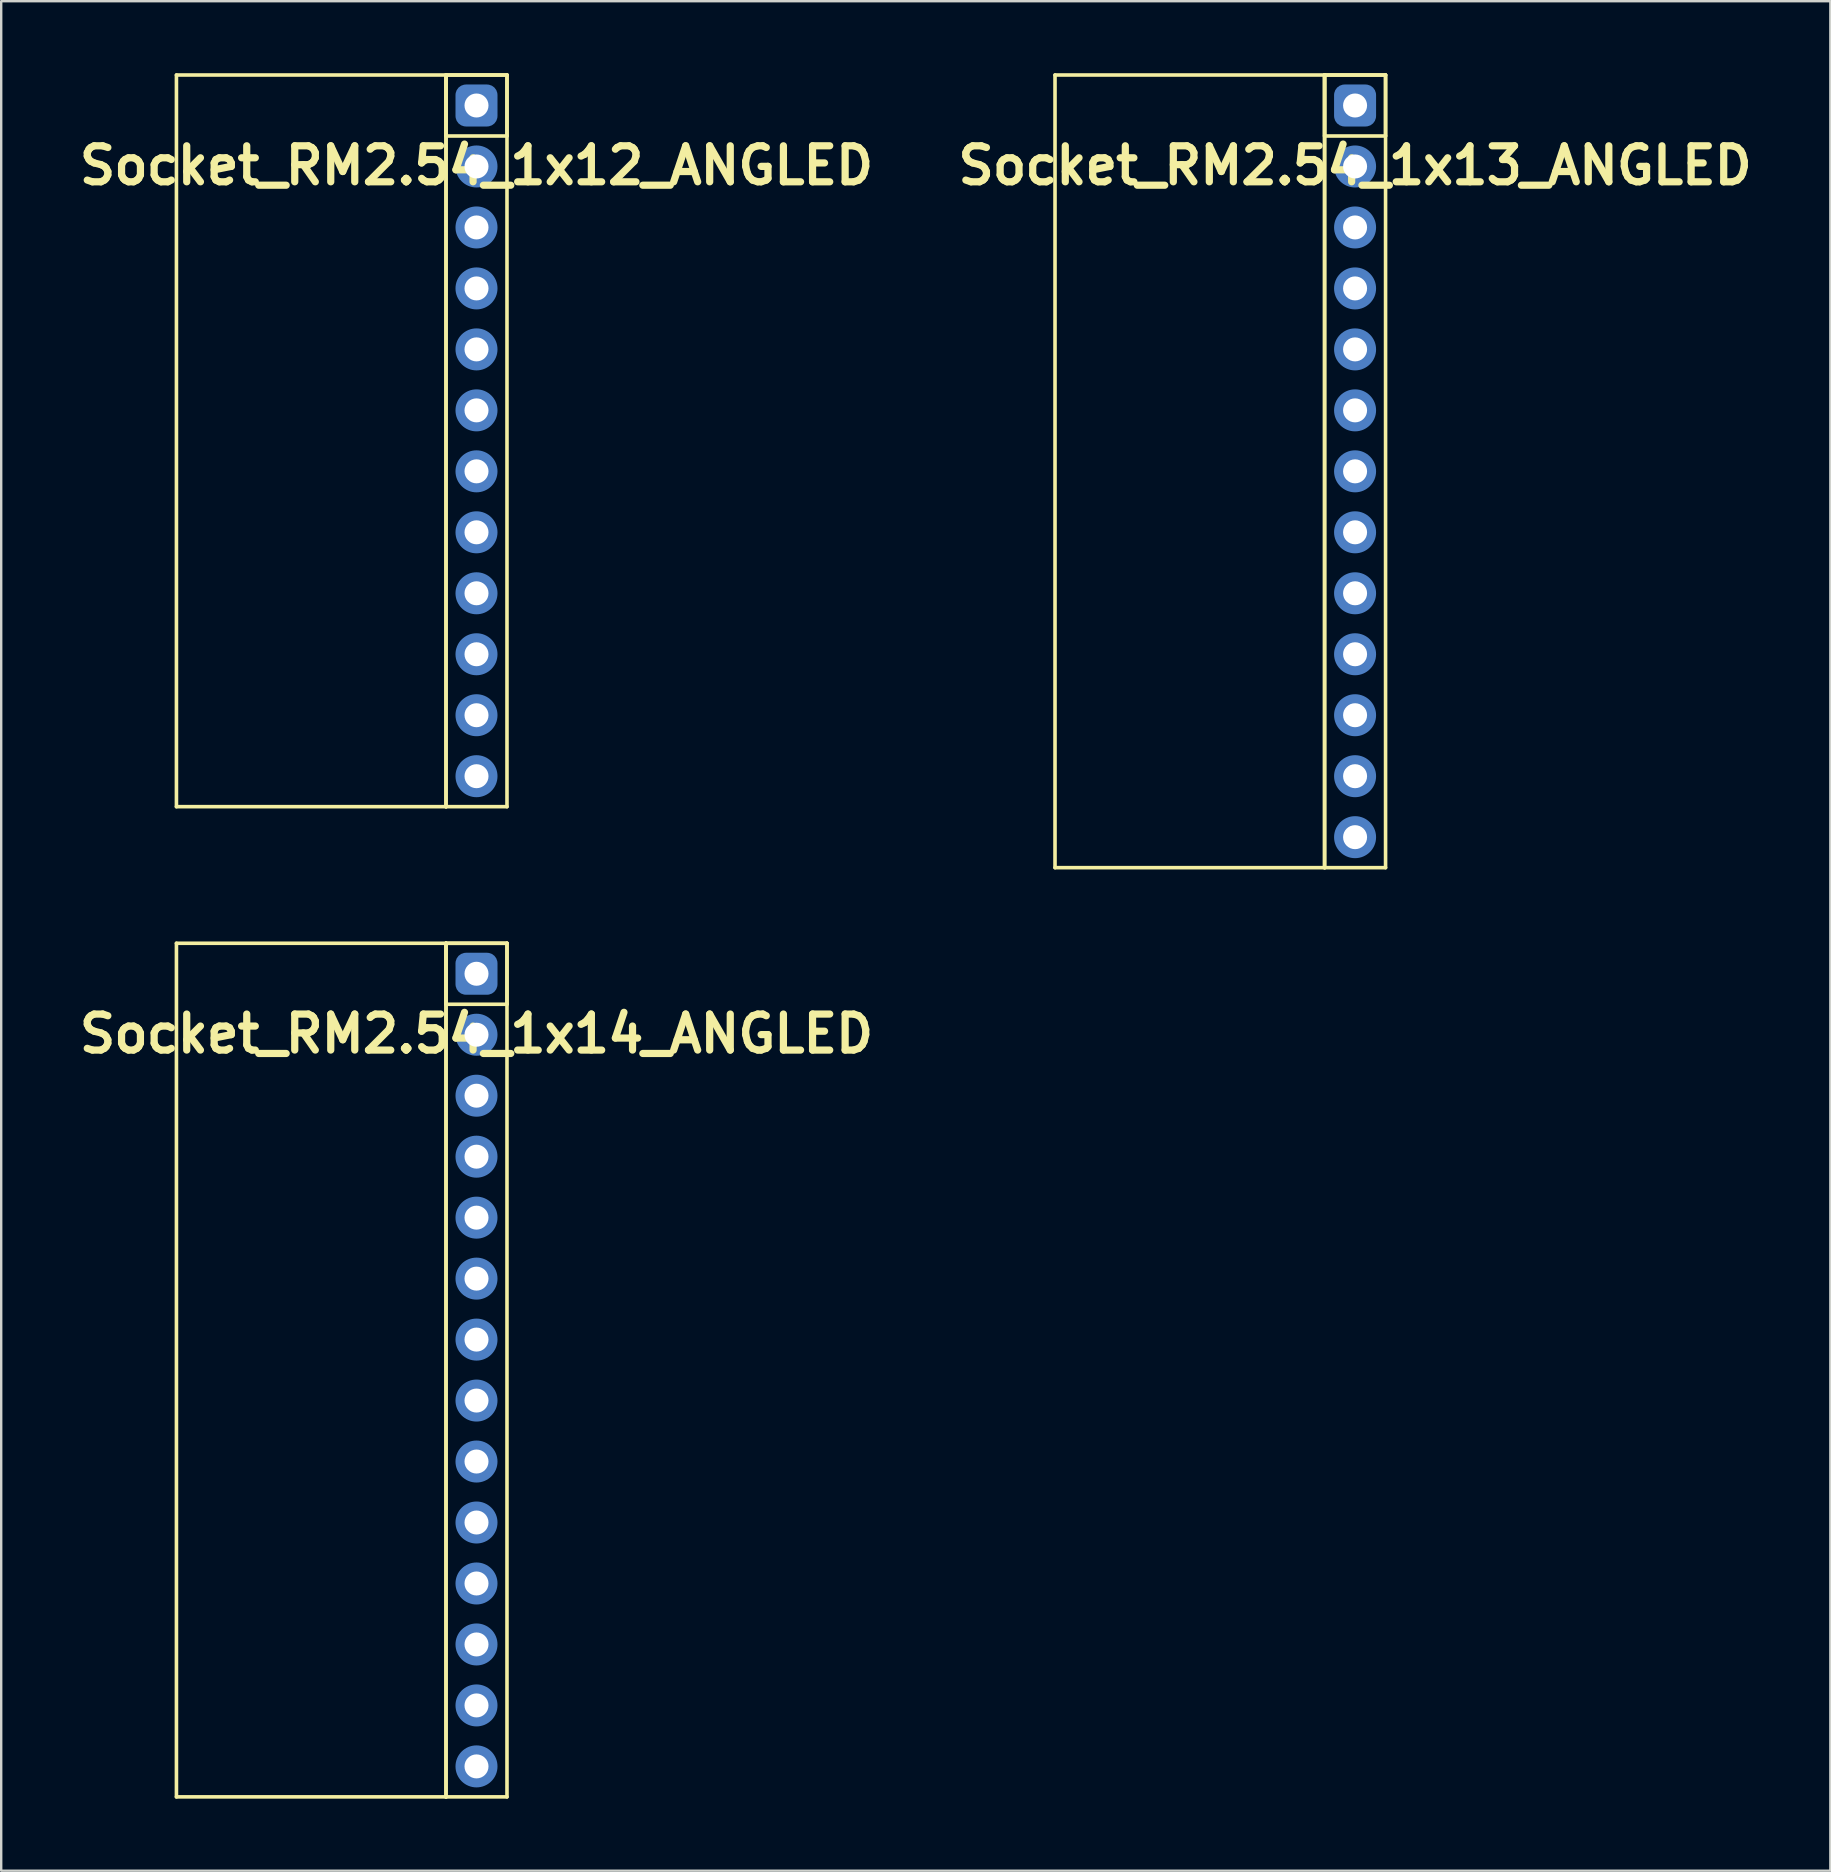
<source format=kicad_pcb>
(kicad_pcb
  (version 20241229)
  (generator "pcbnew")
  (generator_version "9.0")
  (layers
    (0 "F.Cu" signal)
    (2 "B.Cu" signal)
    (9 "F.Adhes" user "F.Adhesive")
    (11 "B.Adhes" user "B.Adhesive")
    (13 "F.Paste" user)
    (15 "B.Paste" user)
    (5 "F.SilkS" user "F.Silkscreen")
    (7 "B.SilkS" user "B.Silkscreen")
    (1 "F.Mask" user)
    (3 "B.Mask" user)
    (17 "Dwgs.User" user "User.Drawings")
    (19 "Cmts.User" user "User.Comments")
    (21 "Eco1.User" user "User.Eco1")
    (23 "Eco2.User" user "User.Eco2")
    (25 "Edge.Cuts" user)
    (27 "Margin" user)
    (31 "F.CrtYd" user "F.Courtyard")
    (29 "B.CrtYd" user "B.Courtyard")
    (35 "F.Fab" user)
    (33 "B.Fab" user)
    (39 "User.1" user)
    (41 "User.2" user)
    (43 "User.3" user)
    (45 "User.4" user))
  (footprint "Socket_RM2.54_1x12_ANGLED"
    (layer "F.Cu")
    (at 16.8 1.345)
    (property "Reference" "Socket_RM2.54_1x12_ANGLED" (at 0 2.5 0) (layer "F.SilkS") (effects (font (size 1.5 1.5) (thickness 0.3))))
    (attr through_hole)
    (fp_line (start -12.5 -1.27) (end -1.27 -1.27) (stroke (width 0.15) (type solid)) (layer "F.SilkS"))
    (fp_line (start -12.5 29.21) (end -12.5 -1.27) (stroke (width 0.15) (type solid)) (layer "F.SilkS"))
    (fp_line (start -1.27 -1.27) (end -1.27 29.21) (stroke (width 0.15) (type solid)) (layer "F.SilkS"))
    (fp_line (start -1.27 -1.27) (end 1.27 -1.27) (stroke (width 0.15) (type solid)) (layer "F.SilkS"))
    (fp_line (start -1.27 -1.27) (end 1.27 -1.27) (stroke (width 0.15) (type solid)) (layer "F.SilkS"))
    (fp_line (start -1.27 1.27) (end -1.27 -1.27) (stroke (width 0.15) (type solid)) (layer "F.SilkS"))
    (fp_line (start -1.27 29.21) (end -12.5 29.21) (stroke (width 0.15) (type solid)) (layer "F.SilkS"))
    (fp_line (start -1.27 29.21) (end -1.27 -1.27) (stroke (width 0.15) (type solid)) (layer "F.SilkS"))
    (fp_line (start 1.27 -1.27) (end 1.27 1.27) (stroke (width 0.15) (type solid)) (layer "F.SilkS"))
    (fp_line (start 1.27 -1.27) (end 1.27 29.21) (stroke (width 0.15) (type solid)) (layer "F.SilkS"))
    (fp_line (start 1.27 1.27) (end -1.27 1.27) (stroke (width 0.15) (type solid)) (layer "F.SilkS"))
    (fp_line (start 1.27 29.21) (end -1.27 29.21) (stroke (width 0.15) (type solid)) (layer "F.SilkS"))
    (pad "1" thru_hole circle (at 0 0) (size 1.3 1.3) (drill 1) (layers "*.Cu" "*.Mask"))
    (pad "1" smd roundrect (at 0 0) (size 1.5 1.5) (layers "F.Cu" "F.Mask") (roundrect_rratio 0.25))
    (pad "1" smd roundrect (at 0 0) (size 1.75 1.75) (layers "B.Cu" "B.Mask") (roundrect_rratio 0.25))
    (pad "2" thru_hole circle (at 0 2.54) (size 1.3 1.3) (drill 1) (layers "*.Cu" "*.Mask"))
    (pad "2" smd circle (at 0 2.54) (size 1.5 1.5) (layers "F.Cu" "F.Mask"))
    (pad "2" smd circle (at 0 2.54) (size 1.75 1.75) (layers "B.Cu" "B.Mask"))
    (pad "3" thru_hole circle (at 0 5.08) (size 1.3 1.3) (drill 1) (layers "*.Cu" "*.Mask"))
    (pad "3" smd circle (at 0 5.08) (size 1.5 1.5) (layers "F.Cu" "F.Mask"))
    (pad "3" smd circle (at 0 5.08) (size 1.75 1.75) (layers "B.Cu" "B.Mask"))
    (pad "4" thru_hole circle (at 0 7.62) (size 1.3 1.3) (drill 1) (layers "*.Cu" "*.Mask"))
    (pad "4" smd circle (at 0 7.62) (size 1.5 1.5) (layers "F.Cu" "F.Mask"))
    (pad "4" smd circle (at 0 7.62) (size 1.75 1.75) (layers "B.Cu" "B.Mask"))
    (pad "5" thru_hole circle (at 0 10.16) (size 1.3 1.3) (drill 1) (layers "*.Cu" "*.Mask"))
    (pad "5" smd circle (at 0 10.16) (size 1.5 1.5) (layers "F.Cu" "F.Mask"))
    (pad "5" smd circle (at 0 10.16) (size 1.75 1.75) (layers "B.Cu" "B.Mask"))
    (pad "6" thru_hole circle (at 0 12.7) (size 1.3 1.3) (drill 1) (layers "*.Cu" "*.Mask"))
    (pad "6" smd circle (at 0 12.7) (size 1.5 1.5) (layers "F.Cu" "F.Mask"))
    (pad "6" smd circle (at 0 12.7) (size 1.75 1.75) (layers "B.Cu" "B.Mask"))
    (pad "7" thru_hole circle (at 0 15.24) (size 1.3 1.3) (drill 1) (layers "*.Cu" "*.Mask"))
    (pad "7" smd circle (at 0 15.24) (size 1.5 1.5) (layers "F.Cu" "F.Mask"))
    (pad "7" smd circle (at 0 15.24) (size 1.75 1.75) (layers "B.Cu" "B.Mask"))
    (pad "8" thru_hole circle (at 0 17.78) (size 1.3 1.3) (drill 1) (layers "*.Cu" "*.Mask"))
    (pad "8" smd circle (at 0 17.78) (size 1.5 1.5) (layers "F.Cu" "F.Mask"))
    (pad "8" smd circle (at 0 17.78) (size 1.75 1.75) (layers "B.Cu" "B.Mask"))
    (pad "9" thru_hole circle (at 0 20.32) (size 1.3 1.3) (drill 1) (layers "*.Cu" "*.Mask"))
    (pad "9" smd circle (at 0 20.32) (size 1.5 1.5) (layers "F.Cu" "F.Mask"))
    (pad "9" smd circle (at 0 20.32) (size 1.75 1.75) (layers "B.Cu" "B.Mask"))
    (pad "10" thru_hole circle (at 0 22.86) (size 1.3 1.3) (drill 1) (layers "*.Cu" "*.Mask"))
    (pad "10" smd circle (at 0 22.86) (size 1.5 1.5) (layers "F.Cu" "F.Mask"))
    (pad "10" smd circle (at 0 22.86) (size 1.75 1.75) (layers "B.Cu" "B.Mask"))
    (pad "11" thru_hole circle (at 0 25.4) (size 1.3 1.3) (drill 1) (layers "*.Cu" "*.Mask"))
    (pad "11" smd circle (at 0 25.4) (size 1.5 1.5) (layers "F.Cu" "F.Mask"))
    (pad "11" smd circle (at 0 25.4) (size 1.75 1.75) (layers "B.Cu" "B.Mask"))
    (pad "12" thru_hole circle (at 0 27.94) (size 1.3 1.3) (drill 1) (layers "*.Cu" "*.Mask"))
    (pad "12" smd circle (at 0 27.94) (size 1.5 1.5) (layers "F.Cu" "F.Mask"))
    (pad "12" smd circle (at 0 27.94) (size 1.75 1.75) (layers "B.Cu" "B.Mask")))
  (footprint "Socket_RM2.54_1x14_ANGLED"
    (layer "F.Cu")
    (at 16.8 37.515)
    (property "Reference" "Socket_RM2.54_1x14_ANGLED" (at 0 2.5 0) (layer "F.SilkS") (effects (font (size 1.5 1.5) (thickness 0.3))))
    (attr through_hole)
    (fp_line (start -12.5 -1.27) (end -1.27 -1.27) (stroke (width 0.15) (type solid)) (layer "F.SilkS"))
    (fp_line (start -12.5 34.29) (end -12.5 -1.27) (stroke (width 0.15) (type solid)) (layer "F.SilkS"))
    (fp_line (start -1.27 -1.27) (end -1.27 34.29) (stroke (width 0.15) (type solid)) (layer "F.SilkS"))
    (fp_line (start -1.27 -1.27) (end 1.27 -1.27) (stroke (width 0.15) (type solid)) (layer "F.SilkS"))
    (fp_line (start -1.27 -1.27) (end 1.27 -1.27) (stroke (width 0.15) (type solid)) (layer "F.SilkS"))
    (fp_line (start -1.27 1.27) (end -1.27 -1.27) (stroke (width 0.15) (type solid)) (layer "F.SilkS"))
    (fp_line (start -1.27 34.29) (end -12.5 34.29) (stroke (width 0.15) (type solid)) (layer "F.SilkS"))
    (fp_line (start -1.27 34.29) (end -1.27 -1.27) (stroke (width 0.15) (type solid)) (layer "F.SilkS"))
    (fp_line (start 1.27 -1.27) (end 1.27 1.27) (stroke (width 0.15) (type solid)) (layer "F.SilkS"))
    (fp_line (start 1.27 -1.27) (end 1.27 34.29) (stroke (width 0.15) (type solid)) (layer "F.SilkS"))
    (fp_line (start 1.27 1.27) (end -1.27 1.27) (stroke (width 0.15) (type solid)) (layer "F.SilkS"))
    (fp_line (start 1.27 34.29) (end -1.27 34.29) (stroke (width 0.15) (type solid)) (layer "F.SilkS"))
    (pad "1" thru_hole circle (at 0 0) (size 1.3 1.3) (drill 1) (layers "*.Cu" "*.Mask"))
    (pad "1" smd roundrect (at 0 0) (size 1.5 1.5) (layers "F.Cu" "F.Mask") (roundrect_rratio 0.25))
    (pad "1" smd roundrect (at 0 0) (size 1.75 1.75) (layers "B.Cu" "B.Mask") (roundrect_rratio 0.25))
    (pad "2" thru_hole circle (at 0 2.54) (size 1.3 1.3) (drill 1) (layers "*.Cu" "*.Mask"))
    (pad "2" smd circle (at 0 2.54) (size 1.5 1.5) (layers "F.Cu" "F.Mask"))
    (pad "2" smd circle (at 0 2.54) (size 1.75 1.75) (layers "B.Cu" "B.Mask"))
    (pad "3" thru_hole circle (at 0 5.08) (size 1.3 1.3) (drill 1) (layers "*.Cu" "*.Mask"))
    (pad "3" smd circle (at 0 5.08) (size 1.5 1.5) (layers "F.Cu" "F.Mask"))
    (pad "3" smd circle (at 0 5.08) (size 1.75 1.75) (layers "B.Cu" "B.Mask"))
    (pad "4" thru_hole circle (at 0 7.62) (size 1.3 1.3) (drill 1) (layers "*.Cu" "*.Mask"))
    (pad "4" smd circle (at 0 7.62) (size 1.5 1.5) (layers "F.Cu" "F.Mask"))
    (pad "4" smd circle (at 0 7.62) (size 1.75 1.75) (layers "B.Cu" "B.Mask"))
    (pad "5" thru_hole circle (at 0 10.16) (size 1.3 1.3) (drill 1) (layers "*.Cu" "*.Mask"))
    (pad "5" smd circle (at 0 10.16) (size 1.5 1.5) (layers "F.Cu" "F.Mask"))
    (pad "5" smd circle (at 0 10.16) (size 1.75 1.75) (layers "B.Cu" "B.Mask"))
    (pad "6" thru_hole circle (at 0 12.7) (size 1.3 1.3) (drill 1) (layers "*.Cu" "*.Mask"))
    (pad "6" smd circle (at 0 12.7) (size 1.5 1.5) (layers "F.Cu" "F.Mask"))
    (pad "6" smd circle (at 0 12.7) (size 1.75 1.75) (layers "B.Cu" "B.Mask"))
    (pad "7" thru_hole circle (at 0 15.24) (size 1.3 1.3) (drill 1) (layers "*.Cu" "*.Mask"))
    (pad "7" smd circle (at 0 15.24) (size 1.5 1.5) (layers "F.Cu" "F.Mask"))
    (pad "7" smd circle (at 0 15.24) (size 1.75 1.75) (layers "B.Cu" "B.Mask"))
    (pad "8" thru_hole circle (at 0 17.78) (size 1.3 1.3) (drill 1) (layers "*.Cu" "*.Mask"))
    (pad "8" smd circle (at 0 17.78) (size 1.5 1.5) (layers "F.Cu" "F.Mask"))
    (pad "8" smd circle (at 0 17.78) (size 1.75 1.75) (layers "B.Cu" "B.Mask"))
    (pad "9" thru_hole circle (at 0 20.32) (size 1.3 1.3) (drill 1) (layers "*.Cu" "*.Mask"))
    (pad "9" smd circle (at 0 20.32) (size 1.5 1.5) (layers "F.Cu" "F.Mask"))
    (pad "9" smd circle (at 0 20.32) (size 1.75 1.75) (layers "B.Cu" "B.Mask"))
    (pad "10" thru_hole circle (at 0 22.86) (size 1.3 1.3) (drill 1) (layers "*.Cu" "*.Mask"))
    (pad "10" smd circle (at 0 22.86) (size 1.5 1.5) (layers "F.Cu" "F.Mask"))
    (pad "10" smd circle (at 0 22.86) (size 1.75 1.75) (layers "B.Cu" "B.Mask"))
    (pad "11" thru_hole circle (at 0 25.4) (size 1.3 1.3) (drill 1) (layers "*.Cu" "*.Mask"))
    (pad "11" smd circle (at 0 25.4) (size 1.5 1.5) (layers "F.Cu" "F.Mask"))
    (pad "11" smd circle (at 0 25.4) (size 1.75 1.75) (layers "B.Cu" "B.Mask"))
    (pad "12" thru_hole circle (at 0 27.94) (size 1.3 1.3) (drill 1) (layers "*.Cu" "*.Mask"))
    (pad "12" smd circle (at 0 27.94) (size 1.5 1.5) (layers "F.Cu" "F.Mask"))
    (pad "12" smd circle (at 0 27.94) (size 1.75 1.75) (layers "B.Cu" "B.Mask"))
    (pad "13" thru_hole circle (at 0 30.48) (size 1.3 1.3) (drill 1) (layers "*.Cu" "*.Mask"))
    (pad "13" smd circle (at 0 30.48) (size 1.5 1.5) (layers "F.Cu" "F.Mask"))
    (pad "13" smd circle (at 0 30.48) (size 1.75 1.75) (layers "B.Cu" "B.Mask"))
    (pad "14" thru_hole circle (at 0 33.02) (size 1.3 1.3) (drill 1) (layers "*.Cu" "*.Mask"))
    (pad "14" smd circle (at 0 33.02) (size 1.5 1.5) (layers "F.Cu" "F.Mask"))
    (pad "14" smd circle (at 0 33.02) (size 1.75 1.75) (layers "B.Cu" "B.Mask")))
  (footprint "Socket_RM2.54_1x13_ANGLED"
    (layer "F.Cu")
    (at 53.4 1.345)
    (property "Reference" "Socket_RM2.54_1x13_ANGLED" (at 0 2.5 0) (layer "F.SilkS") (effects (font (size 1.5 1.5) (thickness 0.3))))
    (attr through_hole)
    (fp_line (start -12.5 -1.27) (end -1.27 -1.27) (stroke (width 0.15) (type solid)) (layer "F.SilkS"))
    (fp_line (start -12.5 31.75) (end -12.5 -1.27) (stroke (width 0.15) (type solid)) (layer "F.SilkS"))
    (fp_line (start -1.27 -1.27) (end -1.27 31.75) (stroke (width 0.15) (type solid)) (layer "F.SilkS"))
    (fp_line (start -1.27 -1.27) (end 1.27 -1.27) (stroke (width 0.15) (type solid)) (layer "F.SilkS"))
    (fp_line (start -1.27 -1.27) (end 1.27 -1.27) (stroke (width 0.15) (type solid)) (layer "F.SilkS"))
    (fp_line (start -1.27 1.27) (end -1.27 -1.27) (stroke (width 0.15) (type solid)) (layer "F.SilkS"))
    (fp_line (start -1.27 31.75) (end -12.5 31.75) (stroke (width 0.15) (type solid)) (layer "F.SilkS"))
    (fp_line (start -1.27 31.75) (end -1.27 -1.27) (stroke (width 0.15) (type solid)) (layer "F.SilkS"))
    (fp_line (start 1.27 -1.27) (end 1.27 1.27) (stroke (width 0.15) (type solid)) (layer "F.SilkS"))
    (fp_line (start 1.27 -1.27) (end 1.27 31.75) (stroke (width 0.15) (type solid)) (layer "F.SilkS"))
    (fp_line (start 1.27 1.27) (end -1.27 1.27) (stroke (width 0.15) (type solid)) (layer "F.SilkS"))
    (fp_line (start 1.27 31.75) (end -1.27 31.75) (stroke (width 0.15) (type solid)) (layer "F.SilkS"))
    (pad "1" thru_hole circle (at 0 0) (size 1.3 1.3) (drill 1) (layers "*.Cu" "*.Mask"))
    (pad "1" smd roundrect (at 0 0) (size 1.5 1.5) (layers "F.Cu" "F.Mask") (roundrect_rratio 0.25))
    (pad "1" smd roundrect (at 0 0) (size 1.75 1.75) (layers "B.Cu" "B.Mask") (roundrect_rratio 0.25))
    (pad "2" thru_hole circle (at 0 2.54) (size 1.3 1.3) (drill 1) (layers "*.Cu" "*.Mask"))
    (pad "2" smd circle (at 0 2.54) (size 1.5 1.5) (layers "F.Cu" "F.Mask"))
    (pad "2" smd circle (at 0 2.54) (size 1.75 1.75) (layers "B.Cu" "B.Mask"))
    (pad "3" thru_hole circle (at 0 5.08) (size 1.3 1.3) (drill 1) (layers "*.Cu" "*.Mask"))
    (pad "3" smd circle (at 0 5.08) (size 1.5 1.5) (layers "F.Cu" "F.Mask"))
    (pad "3" smd circle (at 0 5.08) (size 1.75 1.75) (layers "B.Cu" "B.Mask"))
    (pad "4" thru_hole circle (at 0 7.62) (size 1.3 1.3) (drill 1) (layers "*.Cu" "*.Mask"))
    (pad "4" smd circle (at 0 7.62) (size 1.5 1.5) (layers "F.Cu" "F.Mask"))
    (pad "4" smd circle (at 0 7.62) (size 1.75 1.75) (layers "B.Cu" "B.Mask"))
    (pad "5" thru_hole circle (at 0 10.16) (size 1.3 1.3) (drill 1) (layers "*.Cu" "*.Mask"))
    (pad "5" smd circle (at 0 10.16) (size 1.5 1.5) (layers "F.Cu" "F.Mask"))
    (pad "5" smd circle (at 0 10.16) (size 1.75 1.75) (layers "B.Cu" "B.Mask"))
    (pad "6" thru_hole circle (at 0 12.7) (size 1.3 1.3) (drill 1) (layers "*.Cu" "*.Mask"))
    (pad "6" smd circle (at 0 12.7) (size 1.5 1.5) (layers "F.Cu" "F.Mask"))
    (pad "6" smd circle (at 0 12.7) (size 1.75 1.75) (layers "B.Cu" "B.Mask"))
    (pad "7" thru_hole circle (at 0 15.24) (size 1.3 1.3) (drill 1) (layers "*.Cu" "*.Mask"))
    (pad "7" smd circle (at 0 15.24) (size 1.5 1.5) (layers "F.Cu" "F.Mask"))
    (pad "7" smd circle (at 0 15.24) (size 1.75 1.75) (layers "B.Cu" "B.Mask"))
    (pad "8" thru_hole circle (at 0 17.78) (size 1.3 1.3) (drill 1) (layers "*.Cu" "*.Mask"))
    (pad "8" smd circle (at 0 17.78) (size 1.5 1.5) (layers "F.Cu" "F.Mask"))
    (pad "8" smd circle (at 0 17.78) (size 1.75 1.75) (layers "B.Cu" "B.Mask"))
    (pad "9" thru_hole circle (at 0 20.32) (size 1.3 1.3) (drill 1) (layers "*.Cu" "*.Mask"))
    (pad "9" smd circle (at 0 20.32) (size 1.5 1.5) (layers "F.Cu" "F.Mask"))
    (pad "9" smd circle (at 0 20.32) (size 1.75 1.75) (layers "B.Cu" "B.Mask"))
    (pad "10" thru_hole circle (at 0 22.86) (size 1.3 1.3) (drill 1) (layers "*.Cu" "*.Mask"))
    (pad "10" smd circle (at 0 22.86) (size 1.5 1.5) (layers "F.Cu" "F.Mask"))
    (pad "10" smd circle (at 0 22.86) (size 1.75 1.75) (layers "B.Cu" "B.Mask"))
    (pad "11" thru_hole circle (at 0 25.4) (size 1.3 1.3) (drill 1) (layers "*.Cu" "*.Mask"))
    (pad "11" smd circle (at 0 25.4) (size 1.5 1.5) (layers "F.Cu" "F.Mask"))
    (pad "11" smd circle (at 0 25.4) (size 1.75 1.75) (layers "B.Cu" "B.Mask"))
    (pad "12" thru_hole circle (at 0 27.94) (size 1.3 1.3) (drill 1) (layers "*.Cu" "*.Mask"))
    (pad "12" smd circle (at 0 27.94) (size 1.5 1.5) (layers "F.Cu" "F.Mask"))
    (pad "12" smd circle (at 0 27.94) (size 1.75 1.75) (layers "B.Cu" "B.Mask"))
    (pad "13" thru_hole circle (at 0 30.48) (size 1.3 1.3) (drill 1) (layers "*.Cu" "*.Mask"))
    (pad "13" smd circle (at 0 30.48) (size 1.5 1.5) (layers "F.Cu" "F.Mask"))
    (pad "13" smd circle (at 0 30.48) (size 1.75 1.75) (layers "B.Cu" "B.Mask")))
  (gr_rect
    (start -3 -3)
    (end 73.2 74.88)
    (stroke (width 0.1) (type default))
    (fill no)
    (layer "Edge.Cuts")))
</source>
